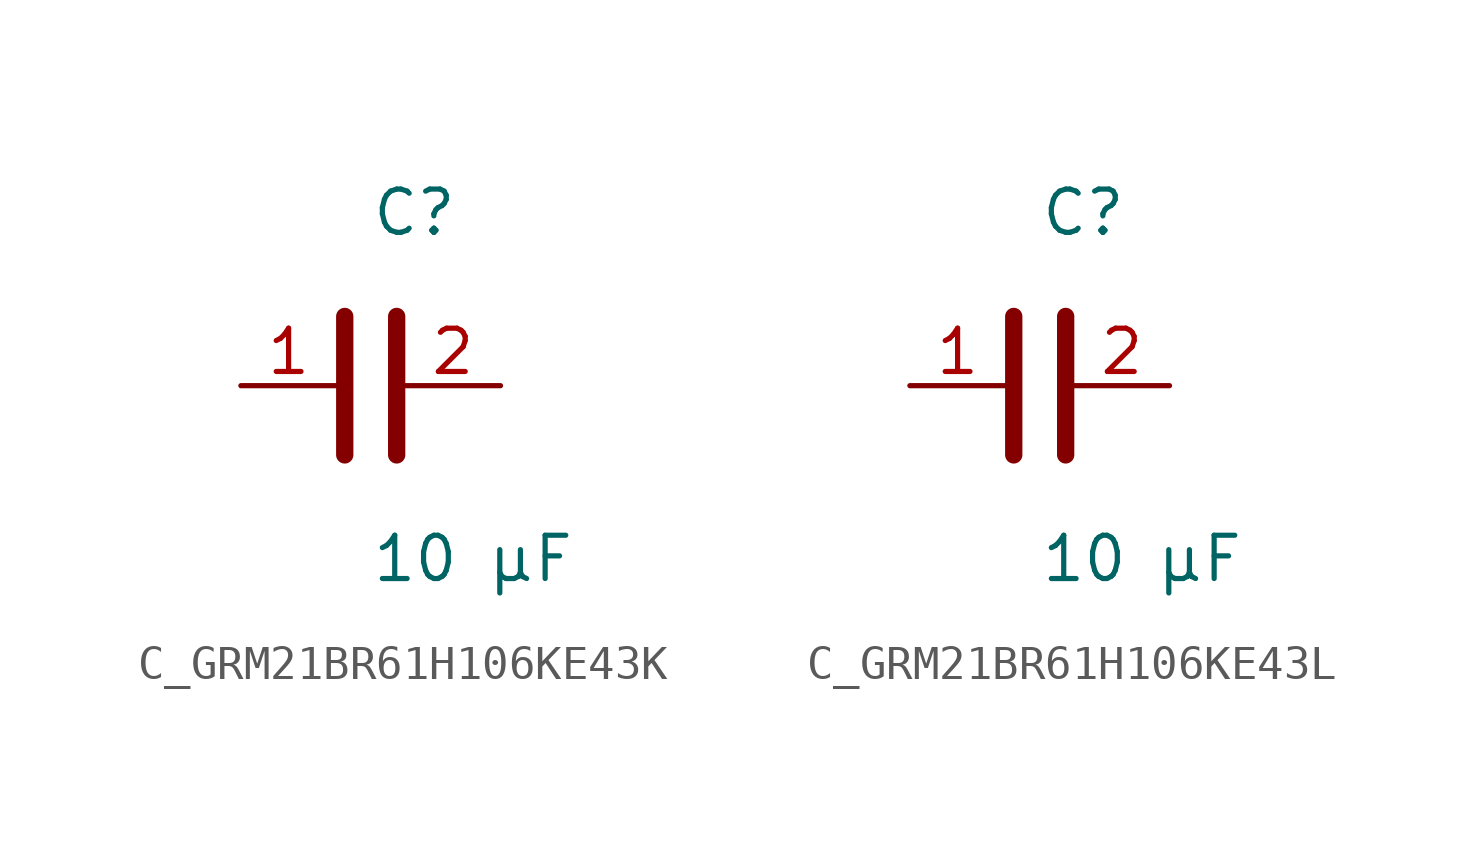
<source format=kicad_sym>
(kicad_symbol_lib
  (version 20231120)
  (generator kicad_symbol_editor)
  (generator_version 8.0)
  (symbol "C_GRM21BR61H106KE43K"
    (pin_names
      (offset 0.254))
    (property "Reference" "C"
      (at 0 5.08 0)
      (effects (font (size 1.27 1.27)) (justify left)))
    (property "Value" "10 µF"
      (at 0 -5.08 0)
      (effects (font (size 1.27 1.27)) (justify left)))
    (symbol "C_GRM21BR61H106KE43K_0_1"
      (polyline (pts (xy -0.762 -2.032) (xy -0.762 2.032)) (stroke (width 0.508) (type default)) (fill (type none)))
      (polyline (pts (xy 0.762 -2.032) (xy 0.762 2.032)) (stroke (width 0.508) (type default)) (fill (type none))))
    (pin unspecified line
      (at -3.81 0 0)
      (length 2.8)
      (name "" (effects (font (size 1.27 1.27))))
      (number "1" (effects (font (size 1.27 1.27)))))
    (pin unspecified line
      (at 3.81 0 180)
      (length 2.8)
      (name "" (effects (font (size 1.27 1.27))))
      (number "2" (effects (font (size 1.27 1.27))))))
  (symbol "C_GRM21BR61H106KE43L"
    (pin_names
      (offset 0.254))
    (property "Reference" "C"
      (at 0 5.08 0)
      (effects (font (size 1.27 1.27)) (justify left)))
    (property "Value" "10 µF"
      (at 0 -5.08 0)
      (effects (font (size 1.27 1.27)) (justify left)))
    (symbol "C_GRM21BR61H106KE43L_0_1"
      (polyline (pts (xy -0.762 -2.032) (xy -0.762 2.032)) (stroke (width 0.508) (type default)) (fill (type none)))
      (polyline (pts (xy 0.762 -2.032) (xy 0.762 2.032)) (stroke (width 0.508) (type default)) (fill (type none))))
    (pin unspecified line
      (at -3.81 0 0)
      (length 2.8)
      (name "" (effects (font (size 1.27 1.27))))
      (number "1" (effects (font (size 1.27 1.27)))))
    (pin unspecified line
      (at 3.81 0 180)
      (length 2.8)
      (name "" (effects (font (size 1.27 1.27))))
      (number "2" (effects (font (size 1.27 1.27)))))))
</source>
